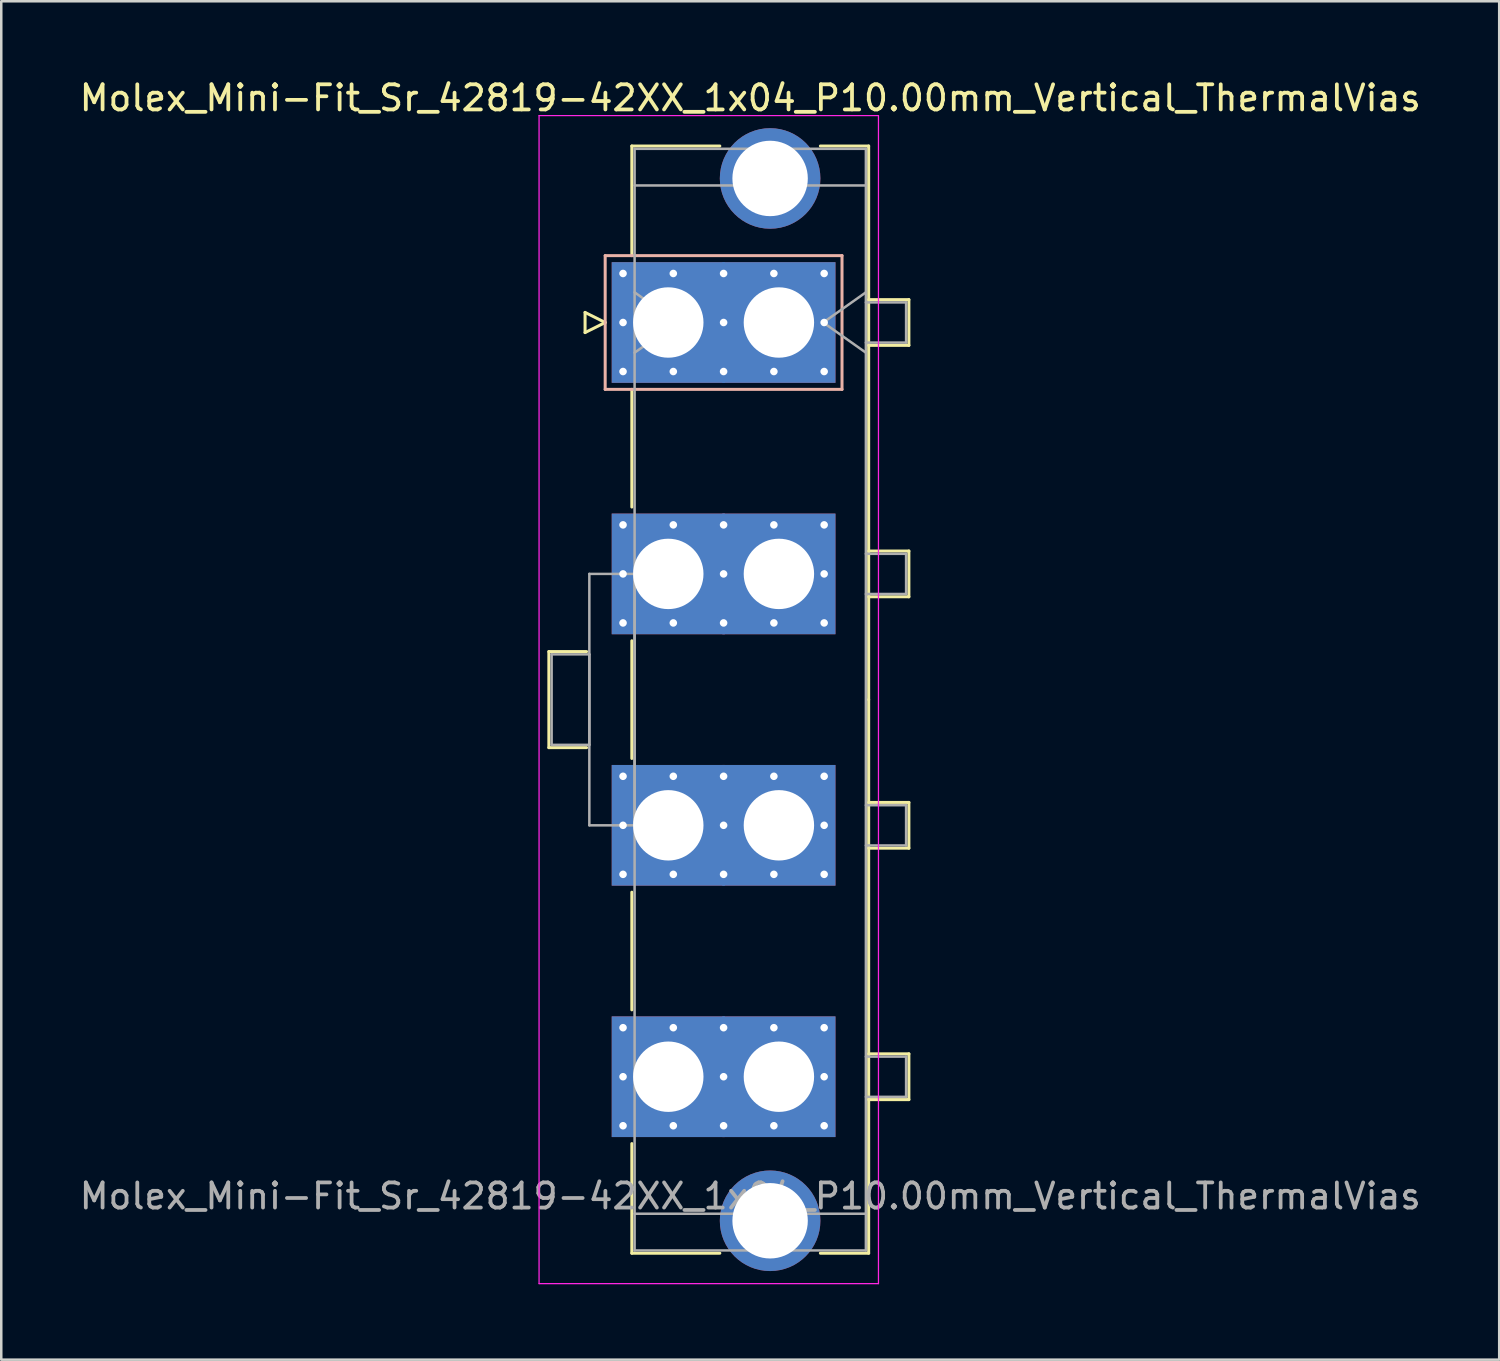
<source format=kicad_pcb>
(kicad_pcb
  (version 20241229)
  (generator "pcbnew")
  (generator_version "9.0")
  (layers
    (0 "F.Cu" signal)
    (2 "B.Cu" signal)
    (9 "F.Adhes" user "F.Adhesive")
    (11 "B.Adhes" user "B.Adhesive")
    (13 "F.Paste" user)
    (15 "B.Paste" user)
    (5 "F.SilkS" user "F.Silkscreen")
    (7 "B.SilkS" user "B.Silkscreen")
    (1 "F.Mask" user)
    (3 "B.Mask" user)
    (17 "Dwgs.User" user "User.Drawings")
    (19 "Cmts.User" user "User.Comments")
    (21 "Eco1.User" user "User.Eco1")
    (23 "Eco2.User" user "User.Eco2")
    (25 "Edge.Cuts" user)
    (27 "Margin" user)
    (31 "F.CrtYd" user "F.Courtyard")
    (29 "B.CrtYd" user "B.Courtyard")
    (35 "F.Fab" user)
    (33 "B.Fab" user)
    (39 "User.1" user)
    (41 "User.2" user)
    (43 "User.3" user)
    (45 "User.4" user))
  (footprint "Molex_Mini-Fit_Sr_42819-42XX_1x04_P10.00mm_Vertical_ThermalVias"
    (layer "F.Cu")
    (at 23.532 9.778)
    (property "Reference" "Molex_Mini-Fit_Sr_42819-42XX_1x04_P10.00mm_Vertical_ThermalVias" (at 3.26 -8.93 0) (layer "F.SilkS") (effects (font (size 1 1) (thickness 0.15))))
    (attr through_hole)
    (fp_line (start -4.75 13.09) (end -4.75 16.91) (stroke (width 0.12) (type solid)) (layer "F.SilkS"))
    (fp_line (start -4.75 16.91) (end -3.25 16.91) (stroke (width 0.12) (type solid)) (layer "F.SilkS"))
    (fp_line (start -3.31 -0.4) (end -3.31 0.4) (stroke (width 0.12) (type solid)) (layer "F.SilkS"))
    (fp_line (start -3.31 0.4) (end -2.51 0) (stroke (width 0.12) (type solid)) (layer "F.SilkS"))
    (fp_line (start -3.25 13.09) (end -4.75 13.09) (stroke (width 0.12) (type solid)) (layer "F.SilkS"))
    (fp_line (start -2.51 0) (end -3.31 -0.4) (stroke (width 0.12) (type solid)) (layer "F.SilkS"))
    (fp_line (start -1.45 -7.02) (end 2.05 -7.02) (stroke (width 0.12) (type solid)) (layer "F.SilkS"))
    (fp_line (start -1.45 -2.66) (end -1.45 -7.02) (stroke (width 0.12) (type solid)) (layer "F.SilkS"))
    (fp_line (start -1.45 2.66) (end -1.45 7.34) (stroke (width 0.12) (type solid)) (layer "F.SilkS"))
    (fp_line (start -1.45 12.66) (end -1.45 17.34) (stroke (width 0.12) (type solid)) (layer "F.SilkS"))
    (fp_line (start -1.45 22.66) (end -1.45 27.34) (stroke (width 0.12) (type solid)) (layer "F.SilkS"))
    (fp_line (start -1.45 32.66) (end -1.45 37.02) (stroke (width 0.12) (type solid)) (layer "F.SilkS"))
    (fp_line (start -1.45 37.02) (end 2.05 37.02) (stroke (width 0.12) (type solid)) (layer "F.SilkS"))
    (fp_line (start 6.05 -7.02) (end 7.97 -7.02) (stroke (width 0.12) (type solid)) (layer "F.SilkS"))
    (fp_line (start 6.05 37.02) (end 7.97 37.02) (stroke (width 0.12) (type solid)) (layer "F.SilkS"))
    (fp_line (start 7.97 -7.02) (end 7.97 15) (stroke (width 0.12) (type solid)) (layer "F.SilkS"))
    (fp_line (start 7.97 -0.91) (end 9.57 -0.91) (stroke (width 0.12) (type solid)) (layer "F.SilkS"))
    (fp_line (start 7.97 9.09) (end 9.57 9.09) (stroke (width 0.12) (type solid)) (layer "F.SilkS"))
    (fp_line (start 7.97 19.09) (end 9.57 19.09) (stroke (width 0.12) (type solid)) (layer "F.SilkS"))
    (fp_line (start 7.97 29.09) (end 9.57 29.09) (stroke (width 0.12) (type solid)) (layer "F.SilkS"))
    (fp_line (start 7.97 37.02) (end 7.97 15) (stroke (width 0.12) (type solid)) (layer "F.SilkS"))
    (fp_line (start 9.57 -0.91) (end 9.57 0.91) (stroke (width 0.12) (type solid)) (layer "F.SilkS"))
    (fp_line (start 9.57 0.91) (end 7.97 0.91) (stroke (width 0.12) (type solid)) (layer "F.SilkS"))
    (fp_line (start 9.57 9.09) (end 9.57 10.91) (stroke (width 0.12) (type solid)) (layer "F.SilkS"))
    (fp_line (start 9.57 10.91) (end 7.97 10.91) (stroke (width 0.12) (type solid)) (layer "F.SilkS"))
    (fp_line (start 9.57 19.09) (end 9.57 20.91) (stroke (width 0.12) (type solid)) (layer "F.SilkS"))
    (fp_line (start 9.57 20.91) (end 7.97 20.91) (stroke (width 0.12) (type solid)) (layer "F.SilkS"))
    (fp_line (start 9.57 29.09) (end 9.57 30.91) (stroke (width 0.12) (type solid)) (layer "F.SilkS"))
    (fp_line (start 9.57 30.91) (end 7.97 30.91) (stroke (width 0.12) (type solid)) (layer "F.SilkS"))
    (fp_line (start -2.51 -2.66) (end -2.51 2.66) (stroke (width 0.12) (type solid)) (layer "B.SilkS"))
    (fp_line (start -2.51 2.66) (end 6.91 2.66) (stroke (width 0.12) (type solid)) (layer "B.SilkS"))
    (fp_line (start 6.91 -2.66) (end -2.51 -2.66) (stroke (width 0.12) (type solid)) (layer "B.SilkS"))
    (fp_line (start 6.91 2.66) (end 6.91 -2.66) (stroke (width 0.12) (type solid)) (layer "B.SilkS"))
    (fp_line (start -5.14 -8.23) (end -5.14 38.23) (stroke (width 0.05) (type solid)) (layer "F.CrtYd"))
    (fp_line (start -5.14 38.23) (end 8.36 38.23) (stroke (width 0.05) (type solid)) (layer "F.CrtYd"))
    (fp_line (start 8.36 -8.23) (end -5.14 -8.23) (stroke (width 0.05) (type solid)) (layer "F.CrtYd"))
    (fp_line (start 8.36 38.23) (end 8.36 -8.23) (stroke (width 0.05) (type solid)) (layer "F.CrtYd"))
    (fp_line (start -4.64 13.2) (end -3.14 13.2) (stroke (width 0.1) (type solid)) (layer "F.Fab"))
    (fp_line (start -4.64 16.8) (end -4.64 13.2) (stroke (width 0.1) (type solid)) (layer "F.Fab"))
    (fp_line (start -3.14 10) (end -1.34 10) (stroke (width 0.1) (type solid)) (layer "F.Fab"))
    (fp_line (start -3.14 13.2) (end -3.14 16.8) (stroke (width 0.1) (type solid)) (layer "F.Fab"))
    (fp_line (start -3.14 16.8) (end -4.64 16.8) (stroke (width 0.1) (type solid)) (layer "F.Fab"))
    (fp_line (start -3.14 20) (end -3.14 10) (stroke (width 0.1) (type solid)) (layer "F.Fab"))
    (fp_line (start -1.34 -6.91) (end -1.34 36.91) (stroke (width 0.1) (type solid)) (layer "F.Fab"))
    (fp_line (start -1.34 -5.45) (end 7.86 -5.45) (stroke (width 0.1) (type solid)) (layer "F.Fab"))
    (fp_line (start -1.34 -1.2) (end 0.357 0) (stroke (width 0.1) (type solid)) (layer "F.Fab"))
    (fp_line (start -1.34 10) (end -1.34 20) (stroke (width 0.1) (type solid)) (layer "F.Fab"))
    (fp_line (start -1.34 20) (end -3.14 20) (stroke (width 0.1) (type solid)) (layer "F.Fab"))
    (fp_line (start -1.34 35.45) (end 7.86 35.45) (stroke (width 0.1) (type solid)) (layer "F.Fab"))
    (fp_line (start -1.34 36.91) (end 7.86 36.91) (stroke (width 0.1) (type solid)) (layer "F.Fab"))
    (fp_line (start 0.357 0) (end -1.34 1.2) (stroke (width 0.1) (type solid)) (layer "F.Fab"))
    (fp_line (start 6.163 0) (end 7.86 1.2) (stroke (width 0.1) (type solid)) (layer "F.Fab"))
    (fp_line (start 7.86 -6.91) (end -1.34 -6.91) (stroke (width 0.1) (type solid)) (layer "F.Fab"))
    (fp_line (start 7.86 -1.2) (end 6.163 0) (stroke (width 0.1) (type solid)) (layer "F.Fab"))
    (fp_line (start 7.86 -0.8) (end 9.46 -0.8) (stroke (width 0.1) (type solid)) (layer "F.Fab"))
    (fp_line (start 7.86 9.2) (end 9.46 9.2) (stroke (width 0.1) (type solid)) (layer "F.Fab"))
    (fp_line (start 7.86 19.2) (end 9.46 19.2) (stroke (width 0.1) (type solid)) (layer "F.Fab"))
    (fp_line (start 7.86 29.2) (end 9.46 29.2) (stroke (width 0.1) (type solid)) (layer "F.Fab"))
    (fp_line (start 7.86 36.91) (end 7.86 -6.91) (stroke (width 0.1) (type solid)) (layer "F.Fab"))
    (fp_line (start 9.46 -0.8) (end 9.46 0.8) (stroke (width 0.1) (type solid)) (layer "F.Fab"))
    (fp_line (start 9.46 0.8) (end 7.86 0.8) (stroke (width 0.1) (type solid)) (layer "F.Fab"))
    (fp_line (start 9.46 9.2) (end 9.46 10.8) (stroke (width 0.1) (type solid)) (layer "F.Fab"))
    (fp_line (start 9.46 10.8) (end 7.86 10.8) (stroke (width 0.1) (type solid)) (layer "F.Fab"))
    (fp_line (start 9.46 19.2) (end 9.46 20.8) (stroke (width 0.1) (type solid)) (layer "F.Fab"))
    (fp_line (start 9.46 20.8) (end 7.86 20.8) (stroke (width 0.1) (type solid)) (layer "F.Fab"))
    (fp_line (start 9.46 29.2) (end 9.46 30.8) (stroke (width 0.1) (type solid)) (layer "F.Fab"))
    (fp_line (start 9.46 30.8) (end 7.86 30.8) (stroke (width 0.1) (type solid)) (layer "F.Fab"))
    (fp_text user "${REFERENCE}" (at 3.26 34.75 0) (layer "F.Fab") (effects (font (size 1 1) (thickness 0.15))))
    (pad "" thru_hole circle (at 4.05 -5.73) (size 4 4) (drill 3) (layers "*.Cu" "*.Mask"))
    (pad "" thru_hole circle (at 4.05 35.73) (size 4 4) (drill 3) (layers "*.Cu" "*.Mask"))
    (pad "1" thru_hole roundrect (at -1.8 -1.95) (size 0.6 0.6) (drill 0.3) (layers "*.Cu" "*.Mask") (roundrect_rratio 0.25))
    (pad "1" thru_hole roundrect (at -1.8 0) (size 0.6 0.6) (drill 0.3) (layers "*.Cu" "*.Mask") (roundrect_rratio 0.25))
    (pad "1" thru_hole roundrect (at -1.8 1.95) (size 0.6 0.6) (drill 0.3) (layers "*.Cu" "*.Mask") (roundrect_rratio 0.25))
    (pad "1" thru_hole rect (at 0 0) (size 4.5 4.8) (drill 2.8) (layers "*.Cu" "*.Mask"))
    (pad "1" thru_hole roundrect (at 0.2 -1.95) (size 0.6 0.6) (drill 0.3) (layers "*.Cu" "*.Mask") (roundrect_rratio 0.25))
    (pad "1" thru_hole roundrect (at 0.2 1.95) (size 0.6 0.6) (drill 0.3) (layers "*.Cu" "*.Mask") (roundrect_rratio 0.25))
    (pad "1" thru_hole roundrect (at 2.2 -1.95) (size 0.6 0.6) (drill 0.3) (layers "*.Cu" "*.Mask") (roundrect_rratio 0.25))
    (pad "1" thru_hole roundrect (at 2.2 0) (size 0.6 0.6) (drill 0.3) (layers "*.Cu" "*.Mask") (roundrect_rratio 0.25))
    (pad "1" thru_hole roundrect (at 2.2 1.95) (size 0.6 0.6) (drill 0.3) (layers "*.Cu" "*.Mask") (roundrect_rratio 0.25))
    (pad "1" thru_hole roundrect (at 4.2 -1.95) (size 0.6 0.6) (drill 0.3) (layers "*.Cu" "*.Mask") (roundrect_rratio 0.25))
    (pad "1" thru_hole roundrect (at 4.2 1.95) (size 0.6 0.6) (drill 0.3) (layers "*.Cu" "*.Mask") (roundrect_rratio 0.25))
    (pad "1" thru_hole rect (at 4.4 0) (size 4.5 4.8) (drill 2.8) (layers "*.Cu" "*.Mask"))
    (pad "1" thru_hole roundrect (at 6.2 -1.95) (size 0.6 0.6) (drill 0.3) (layers "*.Cu" "*.Mask") (roundrect_rratio 0.25))
    (pad "1" thru_hole roundrect (at 6.2 0) (size 0.6 0.6) (drill 0.3) (layers "*.Cu" "*.Mask") (roundrect_rratio 0.25))
    (pad "1" thru_hole roundrect (at 6.2 1.95) (size 0.6 0.6) (drill 0.3) (layers "*.Cu" "*.Mask") (roundrect_rratio 0.25))
    (pad "2" thru_hole circle (at -1.8 8.05) (size 0.6 0.6) (drill 0.3) (layers "*.Cu" "*.Mask"))
    (pad "2" thru_hole circle (at -1.8 10) (size 0.6 0.6) (drill 0.3) (layers "*.Cu" "*.Mask"))
    (pad "2" thru_hole circle (at -1.8 11.95) (size 0.6 0.6) (drill 0.3) (layers "*.Cu" "*.Mask"))
    (pad "2" thru_hole rect (at 0 10) (size 4.5 4.8) (drill 2.8) (layers "*.Cu" "*.Mask"))
    (pad "2" thru_hole circle (at 0.2 8.05) (size 0.6 0.6) (drill 0.3) (layers "*.Cu" "*.Mask"))
    (pad "2" thru_hole circle (at 0.2 11.95) (size 0.6 0.6) (drill 0.3) (layers "*.Cu" "*.Mask"))
    (pad "2" thru_hole circle (at 2.2 8.05) (size 0.6 0.6) (drill 0.3) (layers "*.Cu" "*.Mask"))
    (pad "2" thru_hole circle (at 2.2 10) (size 0.6 0.6) (drill 0.3) (layers "*.Cu" "*.Mask"))
    (pad "2" thru_hole circle (at 2.2 11.95) (size 0.6 0.6) (drill 0.3) (layers "*.Cu" "*.Mask"))
    (pad "2" thru_hole circle (at 4.2 8.05) (size 0.6 0.6) (drill 0.3) (layers "*.Cu" "*.Mask"))
    (pad "2" thru_hole circle (at 4.2 11.95) (size 0.6 0.6) (drill 0.3) (layers "*.Cu" "*.Mask"))
    (pad "2" thru_hole rect (at 4.4 10) (size 4.5 4.8) (drill 2.8) (layers "*.Cu" "*.Mask"))
    (pad "2" thru_hole circle (at 6.2 8.05) (size 0.6 0.6) (drill 0.3) (layers "*.Cu" "*.Mask"))
    (pad "2" thru_hole circle (at 6.2 10) (size 0.6 0.6) (drill 0.3) (layers "*.Cu" "*.Mask"))
    (pad "2" thru_hole circle (at 6.2 11.95) (size 0.6 0.6) (drill 0.3) (layers "*.Cu" "*.Mask"))
    (pad "3" thru_hole circle (at -1.8 18.05) (size 0.6 0.6) (drill 0.3) (layers "*.Cu" "*.Mask"))
    (pad "3" thru_hole circle (at -1.8 20) (size 0.6 0.6) (drill 0.3) (layers "*.Cu" "*.Mask"))
    (pad "3" thru_hole circle (at -1.8 21.95) (size 0.6 0.6) (drill 0.3) (layers "*.Cu" "*.Mask"))
    (pad "3" thru_hole rect (at 0 20) (size 4.5 4.8) (drill 2.8) (layers "*.Cu" "*.Mask"))
    (pad "3" thru_hole circle (at 0.2 18.05) (size 0.6 0.6) (drill 0.3) (layers "*.Cu" "*.Mask"))
    (pad "3" thru_hole circle (at 0.2 21.95) (size 0.6 0.6) (drill 0.3) (layers "*.Cu" "*.Mask"))
    (pad "3" thru_hole circle (at 2.2 18.05) (size 0.6 0.6) (drill 0.3) (layers "*.Cu" "*.Mask"))
    (pad "3" thru_hole circle (at 2.2 20) (size 0.6 0.6) (drill 0.3) (layers "*.Cu" "*.Mask"))
    (pad "3" thru_hole circle (at 2.2 21.95) (size 0.6 0.6) (drill 0.3) (layers "*.Cu" "*.Mask"))
    (pad "3" thru_hole circle (at 4.2 18.05) (size 0.6 0.6) (drill 0.3) (layers "*.Cu" "*.Mask"))
    (pad "3" thru_hole circle (at 4.2 21.95) (size 0.6 0.6) (drill 0.3) (layers "*.Cu" "*.Mask"))
    (pad "3" thru_hole rect (at 4.4 20) (size 4.5 4.8) (drill 2.8) (layers "*.Cu" "*.Mask"))
    (pad "3" thru_hole circle (at 6.2 18.05) (size 0.6 0.6) (drill 0.3) (layers "*.Cu" "*.Mask"))
    (pad "3" thru_hole circle (at 6.2 20) (size 0.6 0.6) (drill 0.3) (layers "*.Cu" "*.Mask"))
    (pad "3" thru_hole circle (at 6.2 21.95) (size 0.6 0.6) (drill 0.3) (layers "*.Cu" "*.Mask"))
    (pad "4" thru_hole circle (at -1.8 28.05) (size 0.6 0.6) (drill 0.3) (layers "*.Cu" "*.Mask"))
    (pad "4" thru_hole circle (at -1.8 30) (size 0.6 0.6) (drill 0.3) (layers "*.Cu" "*.Mask"))
    (pad "4" thru_hole circle (at -1.8 31.95) (size 0.6 0.6) (drill 0.3) (layers "*.Cu" "*.Mask"))
    (pad "4" thru_hole rect (at 0 30) (size 4.5 4.8) (drill 2.8) (layers "*.Cu" "*.Mask"))
    (pad "4" thru_hole circle (at 0.2 28.05) (size 0.6 0.6) (drill 0.3) (layers "*.Cu" "*.Mask"))
    (pad "4" thru_hole circle (at 0.2 31.95) (size 0.6 0.6) (drill 0.3) (layers "*.Cu" "*.Mask"))
    (pad "4" thru_hole circle (at 2.2 28.05) (size 0.6 0.6) (drill 0.3) (layers "*.Cu" "*.Mask"))
    (pad "4" thru_hole circle (at 2.2 30) (size 0.6 0.6) (drill 0.3) (layers "*.Cu" "*.Mask"))
    (pad "4" thru_hole circle (at 2.2 31.95) (size 0.6 0.6) (drill 0.3) (layers "*.Cu" "*.Mask"))
    (pad "4" thru_hole circle (at 4.2 28.05) (size 0.6 0.6) (drill 0.3) (layers "*.Cu" "*.Mask"))
    (pad "4" thru_hole circle (at 4.2 31.95) (size 0.6 0.6) (drill 0.3) (layers "*.Cu" "*.Mask"))
    (pad "4" thru_hole rect (at 4.4 30) (size 4.5 4.8) (drill 2.8) (layers "*.Cu" "*.Mask"))
    (pad "4" thru_hole circle (at 6.2 28.05) (size 0.6 0.6) (drill 0.3) (layers "*.Cu" "*.Mask"))
    (pad "4" thru_hole circle (at 6.2 30) (size 0.6 0.6) (drill 0.3) (layers "*.Cu" "*.Mask"))
    (pad "4" thru_hole circle (at 6.2 31.95) (size 0.6 0.6) (drill 0.3) (layers "*.Cu" "*.Mask")))
  (gr_rect
    (start -3 -3)
    (end 56.583 51.033)
    (stroke (width 0.1) (type default))
    (fill no)
    (layer "Edge.Cuts")))
</source>
